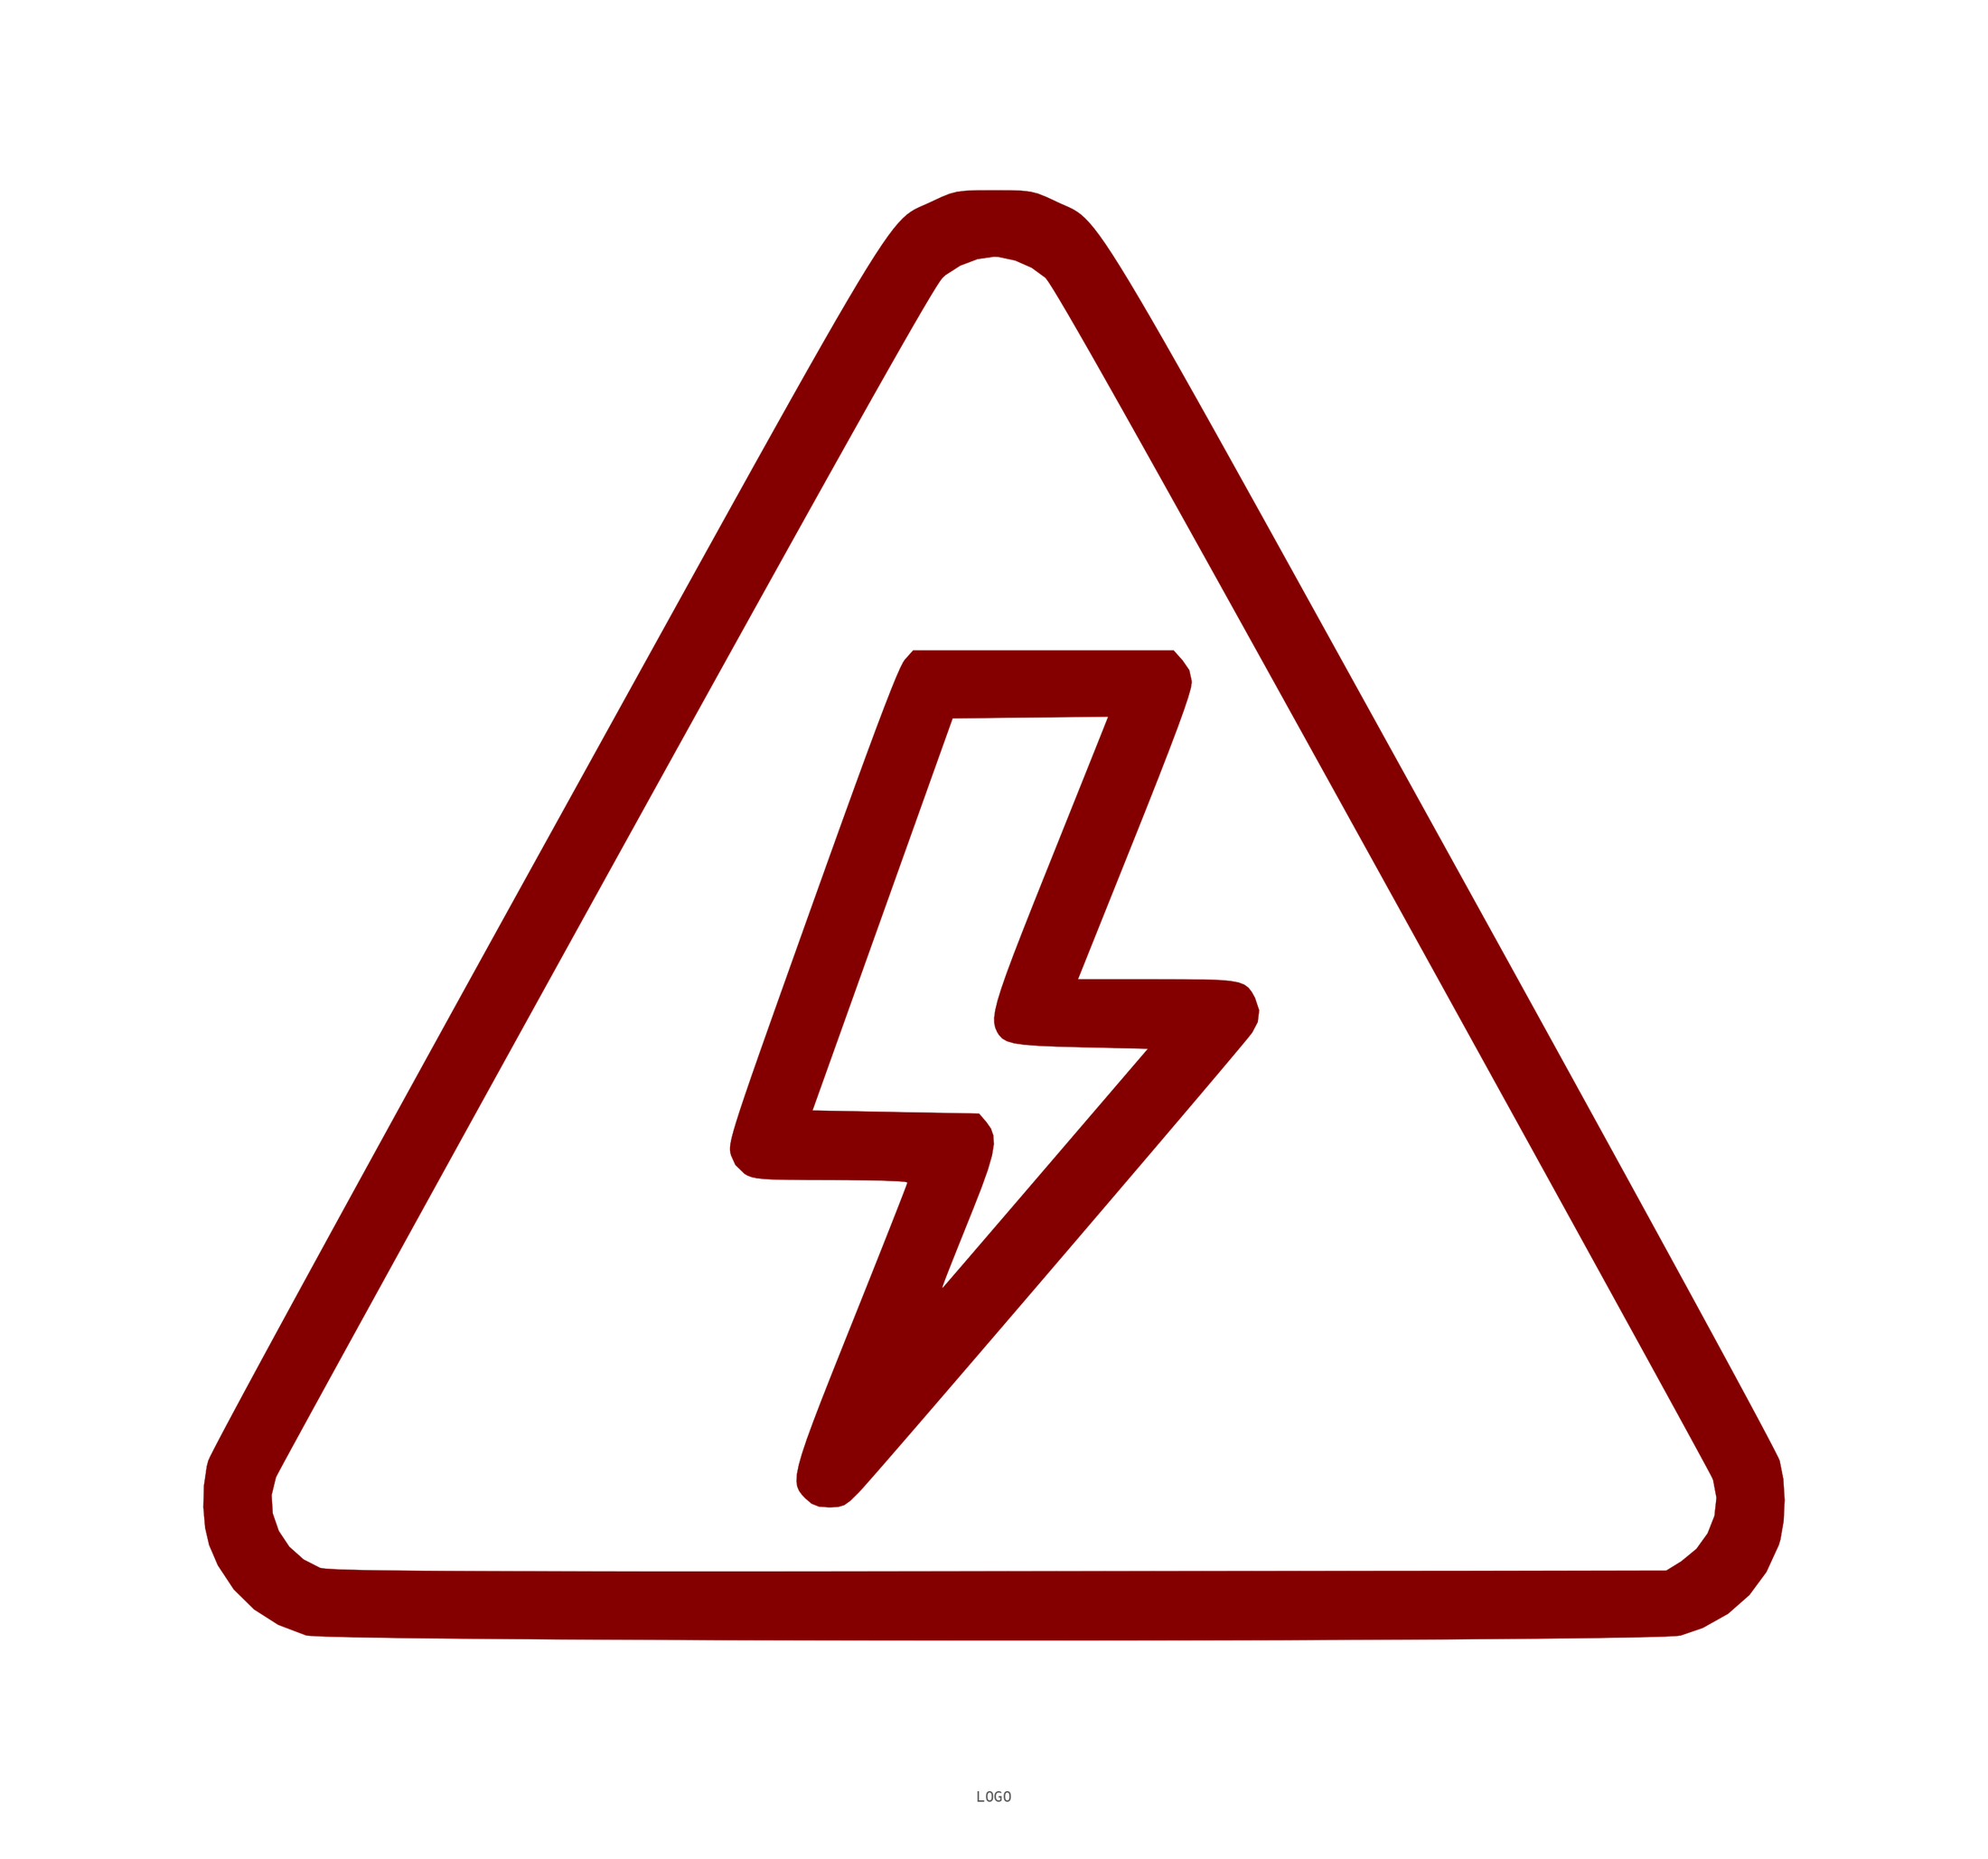
<source format=kicad_sym>
(kicad_symbol_lib
  (version 20220914)
  (generator bitmap2component)
  (symbol "LOGO"
    (pin_names
      (offset 1.016))
    (property "Reference" "#G"
      (at 0 69.283 0)
      (effects (font (size 1.27 1.27)) hide))
    (symbol "LOGO_0_0"
      (polyline (pts (xy 3.729 -64.216) (xy 8.742 -64.213) (xy 13.701 -64.207) (xy 18.576 -64.198) (xy 23.335 -64.186) (xy 27.948 -64.172) (xy 32.385 -64.155) (xy 36.614 -64.135) (xy 40.604 -64.112) (xy 44.325 -64.086) (xy 47.746 -64.057) (xy 50.837 -64.025) (xy 53.566 -63.991) (xy 55.904 -63.954) (xy 57.818 -63.913) (xy 59.279 -63.87) (xy 60.255 -63.824) (xy 60.716 -63.775) (xy 62.686 -63.099) (xy 64.917 -61.848) (xy 66.802 -60.19) (xy 68.307 -58.154) (xy 69.4 -55.771) (xy 69.541 -55.302) (xy 69.827 -53.652) (xy 69.913 -51.79) (xy 69.798 -49.94) (xy 69.479 -48.323) (xy 69.363 -48.059) (xy 68.987 -47.311) (xy 68.365 -46.12) (xy 67.508 -44.506) (xy 66.425 -42.487) (xy 65.129 -40.085) (xy 63.629 -37.318) (xy 61.936 -34.205) (xy 60.061 -30.767) (xy 58.014 -27.022) (xy 55.807 -22.991) (xy 53.449 -18.692) (xy 50.952 -14.145) (xy 48.325 -9.37) (xy 45.58 -4.387) (xy 42.727 0.786) (xy 39.777 6.129) (xy 39.613 6.426) (xy 36.283 12.456) (xy 33.206 18.028) (xy 30.371 23.16) (xy 27.767 27.872) (xy 25.384 32.181) (xy 23.209 36.107) (xy 21.231 39.667) (xy 19.441 42.882) (xy 17.825 45.768) (xy 16.373 48.344) (xy 15.075 50.63) (xy 13.918 52.644) (xy 12.891 54.405) (xy 11.984 55.93) (xy 11.185 57.239) (xy 10.483 58.35) (xy 9.867 59.283) (xy 9.325 60.054) (xy 8.847 60.684) (xy 8.421 61.19) (xy 8.036 61.591) (xy 7.681 61.906) (xy 7.344 62.153) (xy 7.015 62.352) (xy 6.682 62.519) (xy 6.335 62.675) (xy 5.961 62.838) (xy 5.55 63.026) (xy 5.507 63.047) (xy 4.613 63.464) (xy 3.904 63.745) (xy 3.235 63.917) (xy 2.459 64.007) (xy 1.429 64.041) (xy 0 64.046) (xy -0.069 64.046) (xy -1.479 64.04) (xy -2.495 64.004) (xy -3.264 63.912) (xy -3.932 63.736) (xy -4.645 63.45) (xy -5.55 63.026) (xy -5.571 63.016) (xy -5.98 62.83) (xy -6.352 62.668) (xy -6.698 62.512) (xy -7.031 62.343) (xy -7.36 62.143) (xy -7.697 61.893) (xy -8.053 61.574) (xy -8.44 61.168) (xy -8.868 60.657) (xy -9.349 60.021) (xy -9.894 59.242) (xy -10.514 58.302) (xy -11.221 57.182) (xy -12.025 55.863) (xy -12.937 54.327) (xy -13.97 52.555) (xy -15.133 50.529) (xy -16.439 48.229) (xy -17.898 45.638) (xy -19.521 42.737) (xy -21.321 39.507) (xy -23.307 35.929) (xy -25.491 31.986) (xy -27.885 27.658) (xy -30.5 22.927) (xy -33.346 17.774) (xy -36.434 12.181) (xy -39.777 6.129) (xy -42.097 1.927) (xy -44.972 -3.284) (xy -47.741 -8.31) (xy -50.394 -13.132) (xy -52.921 -17.73) (xy -55.31 -22.084) (xy -57.551 -26.174) (xy -59.633 -29.983) (xy -61.546 -33.489) (xy -63.279 -36.674) (xy -64.822 -39.517) (xy -66.163 -42) (xy -67.292 -44.103) (xy -68.199 -45.806) (xy -68.873 -47.09) (xy -69.303 -47.936) (xy -69.479 -48.323) (xy -69.609 -48.828) (xy -69.86 -50.548) (xy -69.88 -51.366) (xy -63.876 -51.366) (xy -63.492 -49.783) (xy -63.486 -49.77) (xy -63.288 -49.389) (xy -62.84 -48.554) (xy -62.153 -47.288) (xy -61.239 -45.614) (xy -60.112 -43.552) (xy -58.783 -41.126) (xy -57.264 -38.358) (xy -55.567 -35.27) (xy -53.706 -31.885) (xy -51.692 -28.224) (xy -49.536 -24.309) (xy -47.253 -20.164) (xy -44.853 -15.81) (xy -42.349 -11.27) (xy -39.754 -6.565) (xy -37.079 -1.718) (xy -34.337 3.248) (xy -33.149 5.398) (xy -29.716 11.609) (xy -26.536 17.357) (xy -23.603 22.654) (xy -20.909 27.513) (xy -18.447 31.945) (xy -16.211 35.963) (xy -14.194 39.579) (xy -12.388 42.805) (xy -10.788 45.654) (xy -9.385 48.137) (xy -8.174 50.267) (xy -7.148 52.057) (xy -6.299 53.517) (xy -5.621 54.661) (xy -5.107 55.501) (xy -4.75 56.048) (xy -4.543 56.315) (xy -4.273 56.559) (xy -2.978 57.388) (xy -1.469 57.96) (xy 0 58.174) (xy 0.363 58.159) (xy 1.867 57.842) (xy 3.344 57.193) (xy 4.543 56.315) (xy 4.595 56.258) (xy 4.851 55.899) (xy 5.259 55.257) (xy 5.826 54.318) (xy 6.56 53.071) (xy 7.466 51.504) (xy 8.553 49.604) (xy 9.826 47.358) (xy 11.293 44.756) (xy 12.96 41.784) (xy 14.835 38.431) (xy 16.923 34.684) (xy 19.233 30.531) (xy 21.771 25.959) (xy 24.543 20.958) (xy 27.557 15.513) (xy 30.819 9.614) (xy 34.337 3.248) (xy 34.624 2.727) (xy 37.361 -2.228) (xy 40.029 -7.063) (xy 42.616 -11.754) (xy 45.111 -16.279) (xy 47.501 -20.615) (xy 49.773 -24.741) (xy 51.916 -28.634) (xy 53.916 -32.271) (xy 55.763 -35.632) (xy 57.444 -38.692) (xy 58.946 -41.431) (xy 60.257 -43.825) (xy 61.365 -45.853) (xy 62.257 -47.492) (xy 62.922 -48.719) (xy 63.348 -49.513) (xy 63.521 -49.852) (xy 63.598 -50.048) (xy 63.889 -51.592) (xy 63.713 -53.191) (xy 63.108 -54.735) (xy 62.118 -56.112) (xy 60.783 -57.211) (xy 59.446 -58.038) (xy 0.431 -58.095) (xy -3.432 -58.099) (xy -9.995 -58.104) (xy -16.043 -58.108) (xy -21.595 -58.11) (xy -26.673 -58.11) (xy -31.295 -58.109) (xy -35.482 -58.105) (xy -39.254 -58.099) (xy -42.631 -58.092) (xy -45.632 -58.081) (xy -48.279 -58.069) (xy -50.59 -58.053) (xy -52.586 -58.035) (xy -54.287 -58.015) (xy -55.713 -57.992) (xy -56.883 -57.965) (xy -57.819 -57.936) (xy -58.539 -57.903) (xy -59.064 -57.867) (xy -59.414 -57.828) (xy -59.609 -57.786) (xy -61.044 -57.054) (xy -62.313 -55.922) (xy -63.239 -54.532) (xy -63.776 -52.981) (xy -63.876 -51.366) (xy -69.88 -51.366) (xy -69.907 -52.427) (xy -69.753 -54.242) (xy -69.4 -55.771) (xy -68.63 -57.566) (xy -67.223 -59.697) (xy -65.428 -61.465) (xy -63.285 -62.832) (xy -60.833 -63.762) (xy -60.665 -63.787) (xy -59.94 -63.835) (xy -58.716 -63.88) (xy -57.023 -63.922) (xy -54.892 -63.961) (xy -52.353 -63.998) (xy -49.438 -64.031) (xy -46.177 -64.062) (xy -42.601 -64.09) (xy -38.74 -64.115) (xy -34.626 -64.138) (xy -30.289 -64.157) (xy -25.759 -64.174) (xy -21.069 -64.188) (xy -16.248 -64.199) (xy -11.326 -64.208) (xy -6.336 -64.213) (xy -1.308 -64.216) (xy 3.729 -64.216)) (stroke (width 0.01) (type default)) (fill (type outline)))
      (polyline (pts (xy -13.794 -52.404) (xy -13.237 -52.239) (xy -12.693 -51.849) (xy -11.976 -51.141) (xy -11.974 -51.139) (xy -11.568 -50.695) (xy -10.849 -49.88) (xy -9.845 -48.732) (xy -8.589 -47.285) (xy -7.11 -45.575) (xy -5.439 -43.637) (xy -3.607 -41.508) (xy -1.643 -39.223) (xy 0.421 -36.818) (xy 2.556 -34.328) (xy 4.731 -31.788) (xy 6.915 -29.235) (xy 9.077 -26.704) (xy 11.188 -24.231) (xy 13.217 -21.852) (xy 15.133 -19.601) (xy 16.906 -17.514) (xy 18.506 -15.628) (xy 19.901 -13.978) (xy 21.062 -12.599) (xy 21.958 -11.528) (xy 22.559 -10.799) (xy 22.833 -10.448) (xy 23.326 -9.511) (xy 23.447 -8.474) (xy 23.08 -7.377) (xy 23.052 -7.324) (xy 22.793 -6.857) (xy 22.512 -6.493) (xy 22.145 -6.217) (xy 21.625 -6.018) (xy 20.887 -5.883) (xy 19.865 -5.8) (xy 18.494 -5.756) (xy 16.707 -5.739) (xy 14.441 -5.736) (xy 7.426 -5.736) (xy 12.453 6.827) (xy 13.417 9.244) (xy 14.548 12.111) (xy 15.48 14.518) (xy 16.224 16.487) (xy 16.787 18.044) (xy 17.177 19.212) (xy 17.405 20.016) (xy 17.48 20.479) (xy 17.475 20.683) (xy 17.272 21.604) (xy 16.683 22.46) (xy 15.886 23.352) (xy 4.37 23.352) (xy -7.146 23.352) (xy -7.883 22.527) (xy -8.03 22.308) (xy -8.294 21.786) (xy -8.655 20.965) (xy -9.12 19.821) (xy -9.7 18.331) (xy -10.405 16.47) (xy -11.241 14.213) (xy -12.22 11.537) (xy -13.35 8.418) (xy -14.639 4.83) (xy -16.099 0.75) (xy -16.65 -0.793) (xy -17.926 -4.372) (xy -19.035 -7.484) (xy -19.986 -10.165) (xy -20.792 -12.449) (xy -21.463 -14.371) (xy -22.01 -15.966) (xy -22.446 -17.268) (xy -22.47 -17.343) (xy -16.047 -17.343) (xy -9.852 0) (xy -3.657 17.343) (xy 3.222 17.416) (xy 10.101 17.489) (xy 9.586 16.187) (xy 9.468 15.89) (xy 9.137 15.06) (xy 8.643 13.822) (xy 8.008 12.233) (xy 7.256 10.353) (xy 6.411 8.24) (xy 5.497 5.954) (xy 4.536 3.554) (xy 3.474 0.894) (xy 2.508 -1.555) (xy 1.722 -3.588) (xy 1.104 -5.25) (xy 0.639 -6.588) (xy 0.313 -7.648) (xy 0.113 -8.476) (xy 0.023 -9.118) (xy 0.03 -9.621) (xy 0.12 -10.029) (xy 0.279 -10.39) (xy 0.444 -10.662) (xy 0.739 -10.977) (xy 1.166 -11.218) (xy 1.794 -11.397) (xy 2.692 -11.527) (xy 3.929 -11.619) (xy 5.574 -11.688) (xy 7.696 -11.744) (xy 13.616 -11.881) (xy 4.63 -22.366) (xy 4.189 -22.881) (xy 2.456 -24.902) (xy 0.839 -26.787) (xy -0.629 -28.497) (xy -1.913 -29.992) (xy -2.978 -31.231) (xy -3.791 -32.175) (xy -4.317 -32.784) (xy -4.523 -33.018) (xy -4.554 -33.044) (xy -4.571 -33.012) (xy -4.525 -32.842) (xy -4.396 -32.479) (xy -4.165 -31.873) (xy -3.81 -30.97) (xy -3.312 -29.717) (xy -2.65 -28.063) (xy -1.805 -25.954) (xy -1.119 -24.203) (xy -0.539 -22.581) (xy -0.174 -21.316) (xy -0.015 -20.337) (xy -0.05 -19.569) (xy -0.269 -18.942) (xy -0.659 -18.383) (xy -1.317 -17.616) (xy -8.682 -17.48) (xy -16.047 -17.343) (xy -22.47 -17.343) (xy -22.781 -18.312) (xy -23.026 -19.134) (xy -23.193 -19.766) (xy -23.293 -20.244) (xy -23.337 -20.603) (xy -23.336 -20.878) (xy -23.301 -21.102) (xy -23.245 -21.311) (xy -22.863 -22.159) (xy -22.039 -22.954) (xy -21.779 -23.098) (xy -21.428 -23.231) (xy -20.964 -23.33) (xy -20.313 -23.4) (xy -19.404 -23.445) (xy -18.165 -23.472) (xy -16.523 -23.484) (xy -14.407 -23.487) (xy -12.944 -23.492) (xy -11.233 -23.512) (xy -9.775 -23.545) (xy -8.642 -23.589) (xy -7.908 -23.64) (xy -7.647 -23.698) (xy -7.648 -23.703) (xy -7.76 -24.026) (xy -8.056 -24.802) (xy -8.514 -25.982) (xy -9.116 -27.515) (xy -9.841 -29.352) (xy -10.671 -31.444) (xy -11.585 -33.739) (xy -12.563 -36.188) (xy -13.195 -37.766) (xy -14.302 -40.546) (xy -15.223 -42.886) (xy -15.967 -44.828) (xy -16.548 -46.417) (xy -16.976 -47.696) (xy -17.263 -48.708) (xy -17.421 -49.499) (xy -17.462 -50.11) (xy -17.396 -50.586) (xy -17.237 -50.971) (xy -16.994 -51.308) (xy -16.681 -51.64) (xy -16.127 -52.113) (xy -15.478 -52.374) (xy -14.554 -52.439) (xy -14.551 -52.439) (xy -13.794 -52.404)) (stroke (width 0.01) (type default)) (fill (type outline))))))
</source>
